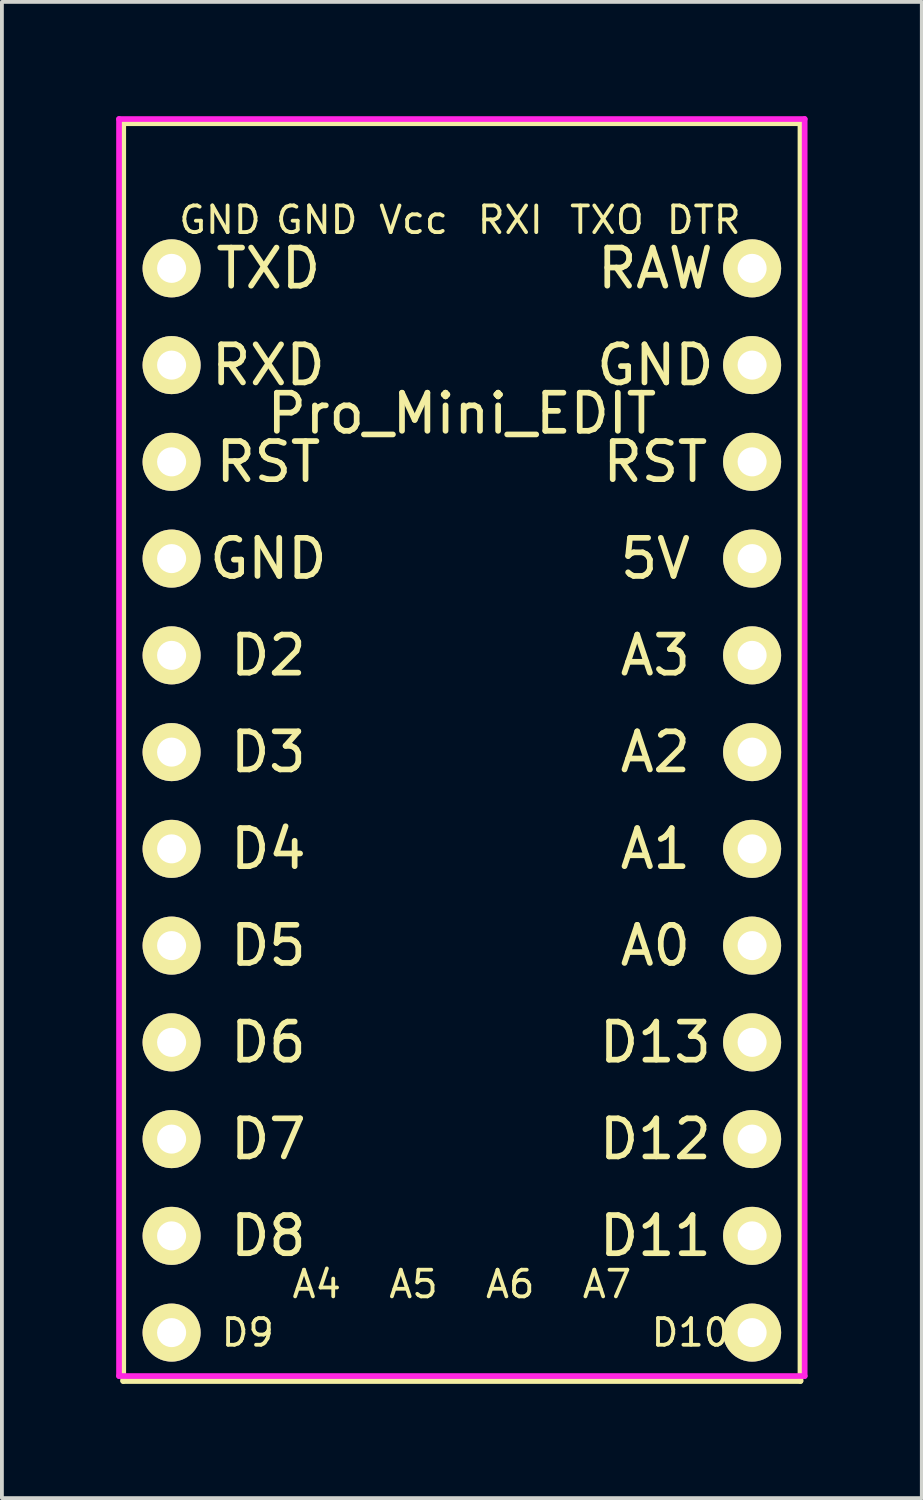
<source format=kicad_pcb>
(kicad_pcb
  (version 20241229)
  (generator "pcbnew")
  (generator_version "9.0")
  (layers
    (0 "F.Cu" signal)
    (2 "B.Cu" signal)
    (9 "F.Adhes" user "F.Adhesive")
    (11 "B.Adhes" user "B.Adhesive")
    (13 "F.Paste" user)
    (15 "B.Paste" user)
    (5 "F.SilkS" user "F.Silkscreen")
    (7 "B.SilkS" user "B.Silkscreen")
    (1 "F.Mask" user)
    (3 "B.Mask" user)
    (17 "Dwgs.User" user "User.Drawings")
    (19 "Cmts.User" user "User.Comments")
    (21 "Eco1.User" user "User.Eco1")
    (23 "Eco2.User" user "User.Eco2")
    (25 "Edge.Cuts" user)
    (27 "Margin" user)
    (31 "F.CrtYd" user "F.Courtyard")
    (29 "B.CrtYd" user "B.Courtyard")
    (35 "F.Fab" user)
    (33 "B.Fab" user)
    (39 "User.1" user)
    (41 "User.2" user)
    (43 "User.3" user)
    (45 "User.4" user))
  (footprint "Pro_Mini_EDIT"
    (layer "F.Cu")
    (at 1.455 3.995)
    (property "Reference" "Pro_Mini_EDIT" (at 7.62 3.81 0) (layer "F.SilkS") (effects (font (size 1 1) (thickness 0.15))))
    (attr through_hole)
    (fp_line (start -1.27 -3.81) (end -1.27 29.21) (stroke (width 0.15) (type solid)) (layer "F.SilkS"))
    (fp_line (start -1.27 -3.81) (end 16.51 -3.81) (stroke (width 0.15) (type solid)) (layer "F.SilkS"))
    (fp_line (start -1.27 29.21) (end 16.51 29.21) (stroke (width 0.15) (type solid)) (layer "F.SilkS"))
    (fp_line (start 16.51 29.21) (end 16.51 -3.81) (stroke (width 0.15) (type solid)) (layer "F.SilkS"))
    (fp_line (start -1.38 -3.92) (end -1.38 29.08) (stroke (width 0.15) (type solid)) (layer "F.CrtYd"))
    (fp_line (start -1.38 -3.92) (end 16.62 -3.92) (stroke (width 0.15) (type solid)) (layer "F.CrtYd"))
    (fp_line (start -1.38 29.08) (end 16.62 29.08) (stroke (width 0.15) (type solid)) (layer "F.CrtYd"))
    (fp_line (start 16.62 -3.92) (end 16.62 29.08) (stroke (width 0.15) (type solid)) (layer "F.CrtYd"))
    (fp_text user "D5" (at 2.54 17.78 0) (layer "F.SilkS") (effects (font (size 1 1) (thickness 0.15))))
    (fp_text user "A5" (at 6.35 26.67 180) (layer "F.SilkS") (effects (font (size 0.7 0.7) (thickness 0.1))))
    (fp_text user "A7" (at 11.43 26.67 180) (layer "F.SilkS") (effects (font (size 0.7 0.7) (thickness 0.1))))
    (fp_text user "5V" (at 12.7 7.62 0) (layer "F.SilkS") (effects (font (size 1 1) (thickness 0.15))))
    (fp_text user "D3" (at 2.54 12.7 0) (layer "F.SilkS") (effects (font (size 1 1) (thickness 0.15))))
    (fp_text user "D12" (at 12.7 22.86 0) (layer "F.SilkS") (effects (font (size 1 1) (thickness 0.15))))
    (fp_text user "D13" (at 12.7 20.32 0) (layer "F.SilkS") (effects (font (size 1 1) (thickness 0.15))))
    (fp_text user "RST" (at 2.54 5.08 0) (layer "F.SilkS") (effects (font (size 1 1) (thickness 0.15))))
    (fp_text user "RST" (at 12.7 5.08 0) (layer "F.SilkS") (effects (font (size 1 1) (thickness 0.15))))
    (fp_text user "A0" (at 12.7 17.78 0) (layer "F.SilkS") (effects (font (size 1 1) (thickness 0.15))))
    (fp_text user "TXO" (at 11.43 -1.27 0) (layer "F.SilkS") (effects (font (size 0.7 0.7) (thickness 0.1))))
    (fp_text user "D8" (at 2.54 25.4 0) (layer "F.SilkS") (effects (font (size 1 1) (thickness 0.15))))
    (fp_text user "GND" (at 12.7 2.54 0) (layer "F.SilkS") (effects (font (size 1 1) (thickness 0.15))))
    (fp_text user "RXD" (at 2.54 2.54 0) (layer "F.SilkS") (effects (font (size 1 1) (thickness 0.15))))
    (fp_text user "RXI" (at 8.89 -1.27 0) (layer "F.SilkS") (effects (font (size 0.7 0.7) (thickness 0.1))))
    (fp_text user "A6" (at 8.89 26.67 180) (layer "F.SilkS") (effects (font (size 0.7 0.7) (thickness 0.1))))
    (fp_text user "D7" (at 2.54 22.86 0) (layer "F.SilkS") (effects (font (size 1 1) (thickness 0.15))))
    (fp_text user "D4" (at 2.54 15.24 0) (layer "F.SilkS") (effects (font (size 1 1) (thickness 0.15))))
    (fp_text user "A3" (at 12.7 10.16 0) (layer "F.SilkS") (effects (font (size 1 1) (thickness 0.15))))
    (fp_text user "DTR" (at 13.97 -1.27 180) (layer "F.SilkS") (effects (font (size 0.7 0.7) (thickness 0.1))))
    (fp_text user "A4" (at 3.81 26.67 180) (layer "F.SilkS") (effects (font (size 0.7 0.7) (thickness 0.1))))
    (fp_text user "D11" (at 12.7 25.4 0) (layer "F.SilkS") (effects (font (size 1 1) (thickness 0.15))))
    (fp_text user "D6" (at 2.54 20.32 0) (layer "F.SilkS") (effects (font (size 1 1) (thickness 0.15))))
    (fp_text user "A2" (at 12.7 12.7 0) (layer "F.SilkS") (effects (font (size 1 1) (thickness 0.15))))
    (fp_text user "GND" (at 1.27 -1.27 0) (layer "F.SilkS") (effects (font (size 0.7 0.7) (thickness 0.1))))
    (fp_text user "D10" (at 13.62 27.94 0) (layer "F.SilkS") (effects (font (size 0.7 0.7) (thickness 0.1))))
    (fp_text user "GND" (at 3.81 -1.27 0) (layer "F.SilkS") (effects (font (size 0.7 0.7) (thickness 0.1))))
    (fp_text user "TXD" (at 2.54 0 0) (layer "F.SilkS") (effects (font (size 1 1) (thickness 0.15))))
    (fp_text user "GND" (at 2.54 7.62 0) (layer "F.SilkS") (effects (font (size 1 1) (thickness 0.15))))
    (fp_text user "A1" (at 12.7 15.24 0) (layer "F.SilkS") (effects (font (size 1 1) (thickness 0.15))))
    (fp_text user "D2" (at 2.54 10.16 0) (layer "F.SilkS") (effects (font (size 1 1) (thickness 0.15))))
    (fp_text user "Vcc" (at 6.35 -1.27 0) (layer "F.SilkS") (effects (font (size 0.7 0.7) (thickness 0.1))))
    (fp_text user "RAW" (at 12.7 0 0) (layer "F.SilkS") (effects (font (size 1 1) (thickness 0.15))))
    (fp_text user "D9" (at 2 27.94 180) (layer "F.SilkS") (effects (font (size 0.7 0.7) (thickness 0.1))))
    (pad "7" thru_hole circle (at 0 0) (size 1.524 1.524) (drill 0.762) (layers "*.Cu" "*.Mask" "F.SilkS"))
    (pad "8" thru_hole circle (at 0 2.54) (size 1.524 1.524) (drill 0.762) (layers "*.Cu" "*.Mask" "F.SilkS"))
    (pad "9" thru_hole circle (at 0 5.08) (size 1.524 1.524) (drill 0.762) (layers "*.Cu" "*.Mask" "F.SilkS"))
    (pad "10" thru_hole circle (at 0 7.62) (size 1.524 1.524) (drill 0.762) (layers "*.Cu" "*.Mask" "F.SilkS"))
    (pad "11" thru_hole circle (at 0 10.16) (size 1.524 1.524) (drill 0.762) (layers "*.Cu" "*.Mask" "F.SilkS"))
    (pad "12" thru_hole circle (at 0 12.7) (size 1.524 1.524) (drill 0.762) (layers "*.Cu" "*.Mask" "F.SilkS"))
    (pad "13" thru_hole circle (at 0 15.24) (size 1.524 1.524) (drill 0.762) (layers "*.Cu" "*.Mask" "F.SilkS"))
    (pad "14" thru_hole circle (at 0 17.78) (size 1.524 1.524) (drill 0.762) (layers "*.Cu" "*.Mask" "F.SilkS"))
    (pad "15" thru_hole circle (at 0 20.32) (size 1.524 1.524) (drill 0.762) (layers "*.Cu" "*.Mask" "F.SilkS"))
    (pad "16" thru_hole circle (at 0 22.86) (size 1.524 1.524) (drill 0.762) (layers "*.Cu" "*.Mask" "F.SilkS"))
    (pad "17" thru_hole circle (at 0 25.4) (size 1.524 1.524) (drill 0.762) (layers "*.Cu" "*.Mask" "F.SilkS"))
    (pad "18" thru_hole circle (at 0 27.94) (size 1.524 1.524) (drill 0.762) (layers "*.Cu" "*.Mask" "F.SilkS"))
    (pad "19" thru_hole circle (at 15.24 0) (size 1.524 1.524) (drill 0.762) (layers "*.Cu" "*.Mask" "F.SilkS"))
    (pad "20" thru_hole circle (at 15.24 2.54) (size 1.524 1.524) (drill 0.762) (layers "*.Cu" "*.Mask" "F.SilkS"))
    (pad "21" thru_hole circle (at 15.24 5.08) (size 1.524 1.524) (drill 0.762) (layers "*.Cu" "*.Mask" "F.SilkS"))
    (pad "22" thru_hole circle (at 15.24 7.62) (size 1.524 1.524) (drill 0.762) (layers "*.Cu" "*.Mask" "F.SilkS"))
    (pad "23" thru_hole circle (at 15.24 10.16) (size 1.524 1.524) (drill 0.762) (layers "*.Cu" "*.Mask" "F.SilkS"))
    (pad "24" thru_hole circle (at 15.24 12.7) (size 1.524 1.524) (drill 0.762) (layers "*.Cu" "*.Mask" "F.SilkS"))
    (pad "25" thru_hole circle (at 15.24 15.24) (size 1.524 1.524) (drill 0.762) (layers "*.Cu" "*.Mask" "F.SilkS"))
    (pad "26" thru_hole circle (at 15.24 17.78) (size 1.524 1.524) (drill 0.762) (layers "*.Cu" "*.Mask" "F.SilkS"))
    (pad "27" thru_hole circle (at 15.24 20.32) (size 1.524 1.524) (drill 0.762) (layers "*.Cu" "*.Mask" "F.SilkS"))
    (pad "28" thru_hole circle (at 15.24 22.86) (size 1.524 1.524) (drill 0.762) (layers "*.Cu" "*.Mask" "F.SilkS"))
    (pad "29" thru_hole circle (at 15.24 25.4) (size 1.524 1.524) (drill 0.762) (layers "*.Cu" "*.Mask" "F.SilkS"))
    (pad "30" thru_hole circle (at 15.24 27.94) (size 1.524 1.524) (drill 0.762) (layers "*.Cu" "*.Mask" "F.SilkS")))
  (gr_rect
    (start -3 -3)
    (end 21.15 36.28)
    (stroke (width 0.1) (type default))
    (fill no)
    (layer "Edge.Cuts")))
</source>
